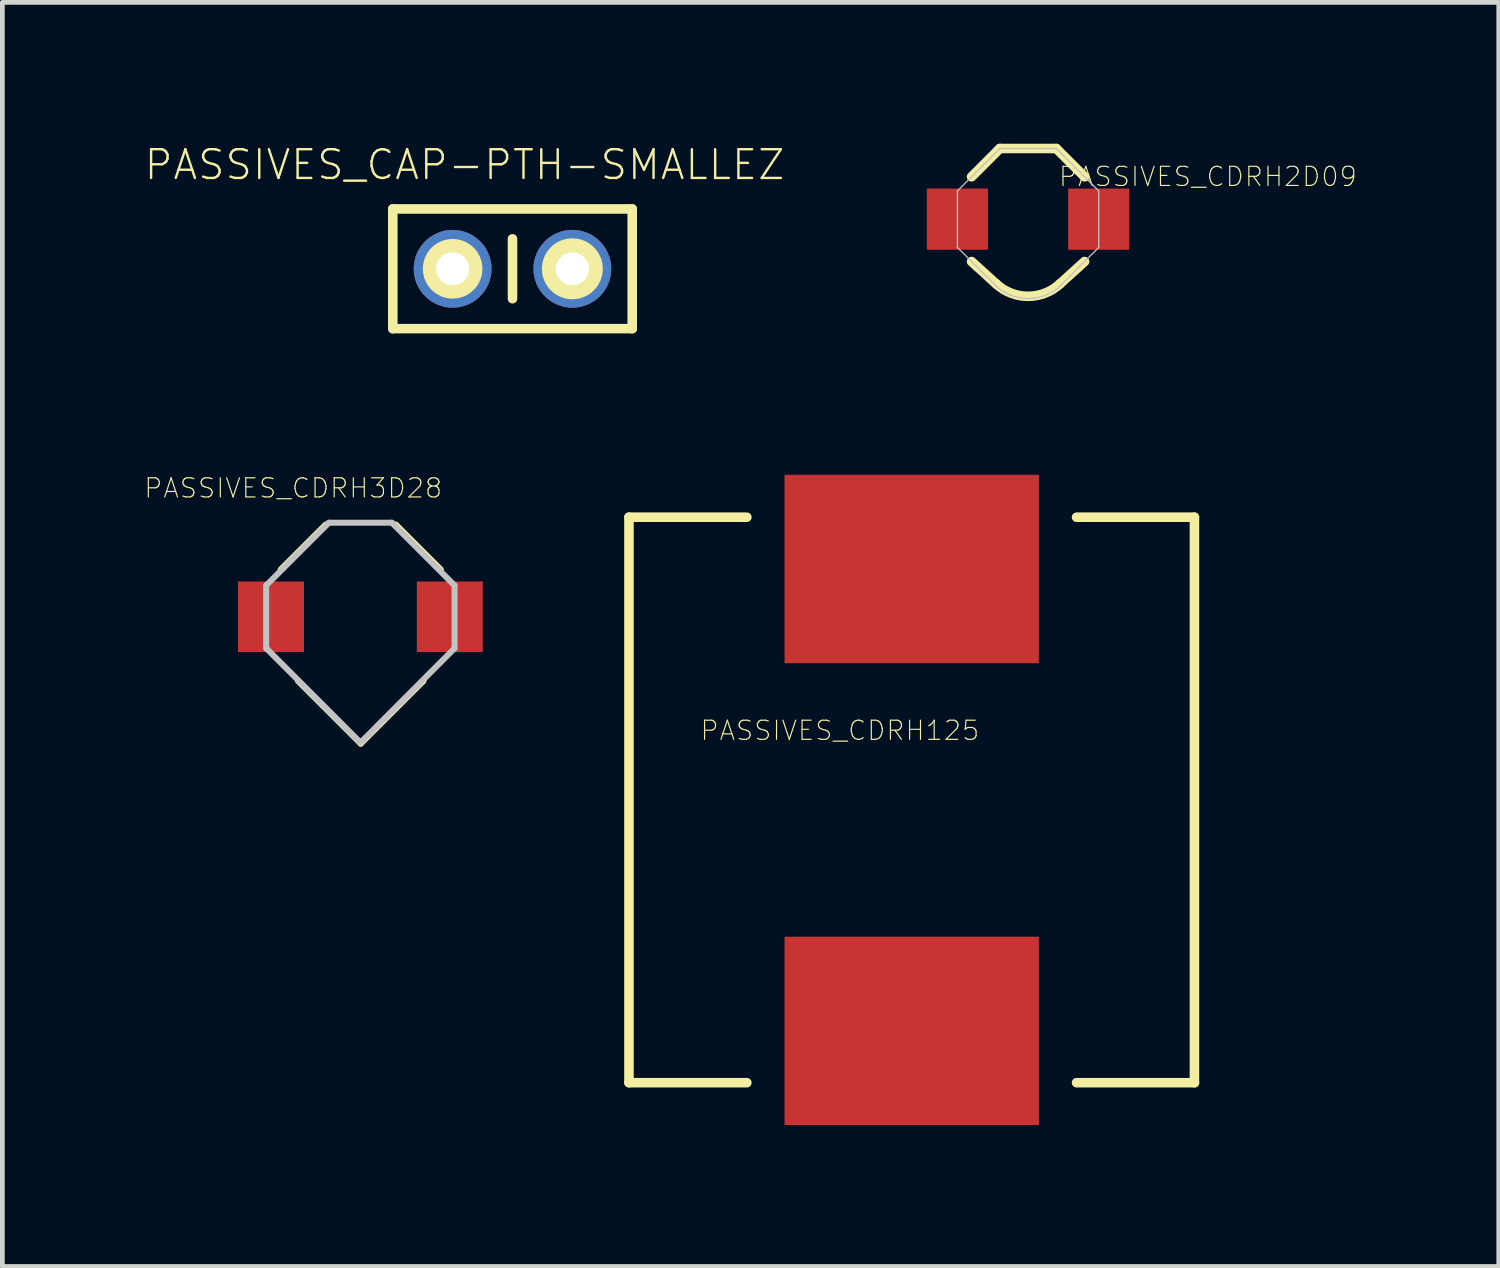
<source format=kicad_pcb>
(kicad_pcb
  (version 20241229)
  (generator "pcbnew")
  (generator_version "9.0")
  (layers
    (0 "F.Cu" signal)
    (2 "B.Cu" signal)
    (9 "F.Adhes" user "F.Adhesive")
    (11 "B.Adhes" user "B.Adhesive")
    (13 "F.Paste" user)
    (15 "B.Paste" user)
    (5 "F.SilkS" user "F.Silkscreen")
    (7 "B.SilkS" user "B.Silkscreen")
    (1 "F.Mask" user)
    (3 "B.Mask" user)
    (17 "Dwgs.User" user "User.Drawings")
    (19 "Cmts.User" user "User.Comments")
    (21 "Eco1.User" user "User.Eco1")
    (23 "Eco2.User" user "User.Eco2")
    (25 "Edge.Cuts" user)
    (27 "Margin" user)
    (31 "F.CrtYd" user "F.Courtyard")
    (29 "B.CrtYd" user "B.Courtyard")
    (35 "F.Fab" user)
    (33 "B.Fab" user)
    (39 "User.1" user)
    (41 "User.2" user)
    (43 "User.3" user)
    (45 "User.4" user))
  (footprint "PASSIVES_CDRH3D28"
    (layer "F.Cu")
    (at 4.647 10.032)
    (property "Reference" "PASSIVES_CDRH3D28" (at -1.476 -2.725 0) (layer "F.SilkS") (effects (font (size 0.406 0.406) (thickness 0.025))))
    (attr smd)
    (fp_line (start -1.742 -0.998) (end -0.787 -1.953) (stroke (width 0.127) (type solid)) (layer "F.SilkS"))
    (fp_line (start -0.043 2.697) (end -1.377 1.364) (stroke (width 0.127) (type solid)) (layer "F.SilkS"))
    (fp_line (start -0.043 2.697) (end 1.29 1.364) (stroke (width 0.127) (type solid)) (layer "F.SilkS"))
    (fp_line (start 1.656 -0.998) (end 0.701 -1.953) (stroke (width 0.127) (type solid)) (layer "F.SilkS"))
    (fp_line (start -2.05 -0.66) (end -0.719 -1.991) (stroke (width 0.127) (type solid)) (layer "Dwgs.User"))
    (fp_line (start -2.05 0.676) (end -2.05 -0.66) (stroke (width 0.127) (type solid)) (layer "Dwgs.User"))
    (fp_line (start -2.042 0.678) (end -0.053 2.67) (stroke (width 0.127) (type solid)) (layer "Dwgs.User"))
    (fp_line (start 0.617 -1.991) (end -0.719 -1.991) (stroke (width 0.127) (type solid)) (layer "Dwgs.User"))
    (fp_line (start 1.948 -0.66) (end 0.617 -1.991) (stroke (width 0.127) (type solid)) (layer "Dwgs.User"))
    (fp_line (start 1.948 -0.66) (end 1.948 0.676) (stroke (width 0.127) (type solid)) (layer "Dwgs.User"))
    (fp_line (start 1.948 0.673) (end -0.048 2.675) (stroke (width 0.127) (type solid)) (layer "Dwgs.User"))
    (pad "1" smd rect (at -1.948 0.005 270) (size 1.499 1.4) (layers "F.Cu" "F.Mask" "F.Paste"))
    (pad "2" smd rect (at 1.847 0.005 270) (size 1.499 1.4) (layers "F.Cu" "F.Mask" "F.Paste")))
  (footprint "PASSIVES_CDRH125"
    (layer "F.Cu")
    (at 16.294 13.923)
    (property "Reference" "PASSIVES_CDRH125" (at -1.524 -1.473 0) (layer "F.SilkS") (effects (font (size 0.406 0.406) (thickness 0.025))))
    (attr smd)
    (fp_line (start -5.999 -5.999) (end -5.999 5.999) (stroke (width 0.203) (type solid)) (layer "F.SilkS"))
    (fp_line (start -5.999 5.999) (end -3.498 5.999) (stroke (width 0.203) (type solid)) (layer "F.SilkS"))
    (fp_line (start -3.498 -5.999) (end -5.999 -5.999) (stroke (width 0.203) (type solid)) (layer "F.SilkS"))
    (fp_line (start 3.498 5.999) (end 5.999 5.999) (stroke (width 0.203) (type solid)) (layer "F.SilkS"))
    (fp_line (start 5.999 -5.999) (end 3.498 -5.999) (stroke (width 0.203) (type solid)) (layer "F.SilkS"))
    (fp_line (start 5.999 5.999) (end 5.999 -5.999) (stroke (width 0.203) (type solid)) (layer "F.SilkS"))
    (pad "1" smd rect (at 0 -4.9) (size 5.397 3.998) (layers "F.Cu" "F.Mask" "F.Paste"))
    (pad "2" smd rect (at 0 4.9) (size 5.397 3.998) (layers "F.Cu" "F.Mask" "F.Paste")))
  (footprint "PASSIVES_CDRH2D09"
    (layer "F.Cu")
    (at 18.763 1.6)
    (property "Reference" "PASSIVES_CDRH2D09" (at 3.815 -0.902 0) (layer "F.SilkS") (effects (font (size 0.406 0.406) (thickness 0.025))))
    (attr smd)
    (fp_line (start -1.199 -0.899) (end -0.599 -1.499) (stroke (width 0.203) (type solid)) (layer "F.SilkS"))
    (fp_line (start -1.199 0.899) (end -0.678 1.372) (stroke (width 0.203) (type solid)) (layer "F.SilkS"))
    (fp_line (start -0.599 -1.499) (end 0.599 -1.499) (stroke (width 0.203) (type solid)) (layer "F.SilkS"))
    (fp_line (start 0.599 -1.499) (end 1.199 -0.899) (stroke (width 0.203) (type solid)) (layer "F.SilkS"))
    (fp_line (start 0.678 1.372) (end 1.199 0.899) (stroke (width 0.203) (type solid)) (layer "F.SilkS"))
    (fp_arc (start 0.67818 1.3716) (mid 0.000594 1.636926) (end -0.677306 1.372406) (stroke (width 0.2032) (type solid)) (layer "F.SilkS"))
    (fp_line (start -1.499 -0.599) (end -1.499 0.599) (stroke (width 0.028) (type solid)) (layer "Dwgs.User"))
    (fp_line (start -1.499 0.599) (end -0.706 1.392) (stroke (width 0.028) (type solid)) (layer "Dwgs.User"))
    (fp_line (start -0.599 -1.499) (end -1.499 -0.599) (stroke (width 0.028) (type solid)) (layer "Dwgs.User"))
    (fp_line (start 0.599 -1.499) (end -0.599 -1.499) (stroke (width 0.028) (type solid)) (layer "Dwgs.User"))
    (fp_line (start 0.706 1.392) (end 1.499 0.599) (stroke (width 0.028) (type solid)) (layer "Dwgs.User"))
    (fp_line (start 1.499 -0.599) (end 0.599 -1.499) (stroke (width 0.028) (type solid)) (layer "Dwgs.User"))
    (fp_line (start 1.499 0.599) (end 1.499 -0.599) (stroke (width 0.028) (type solid)) (layer "Dwgs.User"))
    (fp_arc (start 0.70612 1.39192) (mid 0 1.684404) (end -0.70612 1.39192) (stroke (width 0.02794) (type solid)) (layer "Dwgs.User"))
    (pad "P$1" smd rect (at -1.499 0 90) (size 1.298 1.298) (layers "F.Cu" "F.Mask" "F.Paste"))
    (pad "P$2" smd rect (at 1.499 0 90) (size 1.298 1.298) (layers "F.Cu" "F.Mask" "F.Paste")))
  (footprint "PASSIVES_CAP-PTH-SMALLEZ"
    (layer "F.Cu")
    (at 6.554 2.653)
    (property "Reference" "PASSIVES_CAP-PTH-SMALLEZ" (at 0.254 -2.207 0) (layer "F.SilkS") (effects (font (size 0.61 0.61) (thickness 0.051))))
    (attr exclude_from_pos_files exclude_from_bom)
    (fp_line (start -1.27 -1.27) (end 3.81 -1.27) (stroke (width 0.203) (type solid)) (layer "F.SilkS"))
    (fp_line (start -1.27 1.27) (end -1.27 -1.27) (stroke (width 0.203) (type solid)) (layer "F.SilkS"))
    (fp_line (start 1.27 -0.635) (end 1.27 0.635) (stroke (width 0.203) (type solid)) (layer "F.SilkS"))
    (fp_line (start 3.81 -1.27) (end 3.81 1.27) (stroke (width 0.203) (type solid)) (layer "F.SilkS"))
    (fp_line (start 3.81 1.27) (end -1.27 1.27) (stroke (width 0.203) (type solid)) (layer "F.SilkS"))
    (fp_circle (center 0 0) (end -0.447 0.447) (stroke (width 0) (type solid)) (fill yes) (layer "F.SilkS"))
    (fp_circle (center 0 0) (end -0.201 0.201) (stroke (width 0) (type solid)) (fill yes) (layer "F.SilkS"))
    (fp_circle (center 2.54 0) (end 2.741 0.201) (stroke (width 0) (type solid)) (fill yes) (layer "F.SilkS"))
    (fp_circle (center 2.54 0) (end 2.997 0.457) (stroke (width 0) (type solid)) (fill yes) (layer "F.SilkS"))
    (pad "1" thru_hole circle (at 0 0) (size 1.651 1.651) (drill 0.699) (layers "*.Cu" "*.Paste" "*.Mask"))
    (pad "2" thru_hole circle (at 2.54 0) (size 1.651 1.651) (drill 0.699) (layers "*.Cu" "*.Paste" "*.Mask")))
  (gr_rect
    (start -3 -3)
    (end 28.75 23.822)
    (stroke (width 0.1) (type default))
    (fill no)
    (layer "Edge.Cuts")))
</source>
